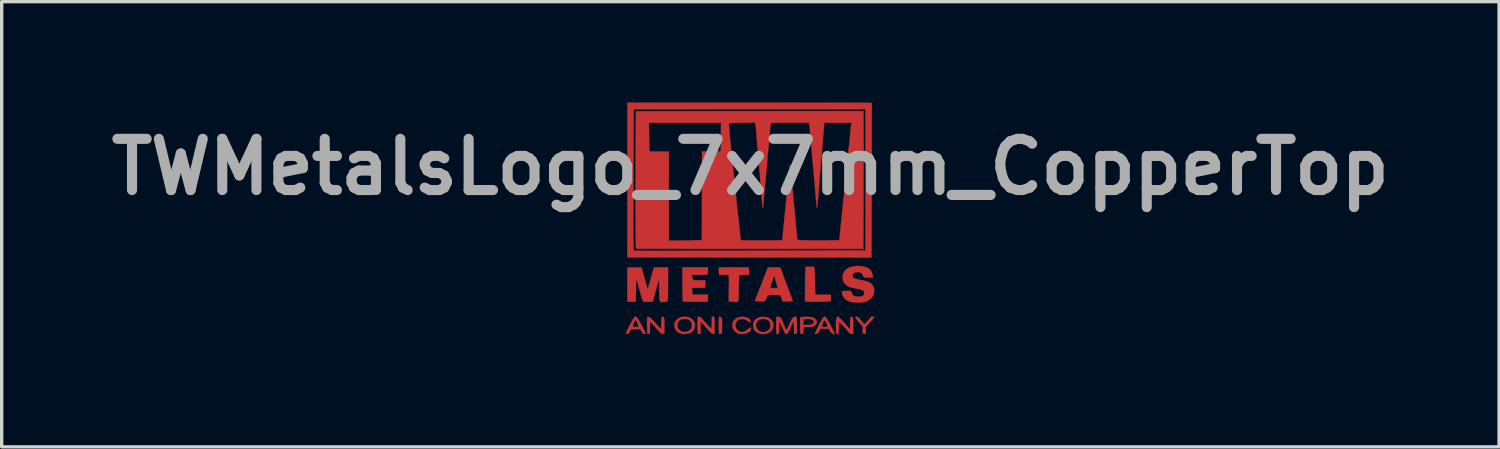
<source format=kicad_pcb>
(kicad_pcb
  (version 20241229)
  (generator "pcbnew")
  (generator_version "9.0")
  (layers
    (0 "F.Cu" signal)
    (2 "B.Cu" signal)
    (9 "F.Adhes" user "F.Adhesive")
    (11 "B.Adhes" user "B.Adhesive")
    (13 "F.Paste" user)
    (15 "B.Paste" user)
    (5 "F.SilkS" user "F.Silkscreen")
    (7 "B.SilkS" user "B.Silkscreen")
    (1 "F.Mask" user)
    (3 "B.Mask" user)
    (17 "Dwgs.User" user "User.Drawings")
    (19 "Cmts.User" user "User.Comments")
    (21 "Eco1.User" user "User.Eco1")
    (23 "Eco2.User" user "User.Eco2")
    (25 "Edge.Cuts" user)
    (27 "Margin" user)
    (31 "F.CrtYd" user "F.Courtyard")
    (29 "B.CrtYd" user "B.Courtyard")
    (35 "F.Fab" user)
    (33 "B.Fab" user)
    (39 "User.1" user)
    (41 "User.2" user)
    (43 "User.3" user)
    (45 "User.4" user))
  (footprint "TWMetalsLogo_7x7mm_CopperTop"
    (layer "F.Cu")
    (at 15.465 6.995)
    (property "Reference" "TWMetalsLogo_7x7mm_CopperTop" (at 3.81 -5.08 0) (layer "F.Fab") (effects (font (size 1.524 1.524) (thickness 0.3))))
    (attr through_hole)
    (fp_poly (pts (xy 2.91 -0.617) (xy 2.928 -0.611) (xy 2.942 -0.604) (xy 2.952 -0.594) (xy 2.959 -0.579) (xy 2.963 -0.554) (xy 2.966 -0.519) (xy 2.967 -0.47) (xy 2.967 -0.405) (xy 2.967 -0.365) (xy 2.966 -0.3) (xy 2.966 -0.24) (xy 2.965 -0.19) (xy 2.963 -0.153) (xy 2.961 -0.131) (xy 2.961 -0.128) (xy 2.945 -0.115) (xy 2.916 -0.112) (xy 2.878 -0.112) (xy 2.872 -0.256) (xy 2.87 -0.321) (xy 2.87 -0.392) (xy 2.87 -0.459) (xy 2.872 -0.514) (xy 2.878 -0.628) (xy 2.91 -0.617)) (stroke (width 0.01) (type solid)) (fill yes) (layer "F.Cu"))
    (fp_poly (pts (xy 3.321 -2.091) (xy 3.764 -2.088) (xy 3.767 -1.979) (xy 3.77 -1.87) (xy 3.62 -1.867) (xy 3.47 -1.864) (xy 3.464 -1.494) (xy 3.462 -1.406) (xy 3.46 -1.325) (xy 3.458 -1.252) (xy 3.456 -1.189) (xy 3.453 -1.14) (xy 3.45 -1.107) (xy 3.448 -1.092) (xy 3.441 -1.075) (xy 3.429 -1.065) (xy 3.41 -1.061) (xy 3.377 -1.061) (xy 3.343 -1.063) (xy 3.307 -1.066) (xy 3.262 -1.07) (xy 3.232 -1.073) (xy 3.168 -1.079) (xy 3.171 -1.464) (xy 3.172 -1.564) (xy 3.173 -1.646) (xy 3.173 -1.711) (xy 3.172 -1.762) (xy 3.171 -1.799) (xy 3.169 -1.826) (xy 3.167 -1.844) (xy 3.164 -1.854) (xy 3.16 -1.86) (xy 3.16 -1.86) (xy 3.144 -1.864) (xy 3.112 -1.866) (xy 3.069 -1.868) (xy 3.018 -1.868) (xy 3.012 -1.868) (xy 2.88 -1.866) (xy 2.874 -1.946) (xy 2.872 -1.99) (xy 2.871 -2.029) (xy 2.873 -2.058) (xy 2.873 -2.06) (xy 2.878 -2.093) (xy 3.321 -2.091)) (stroke (width 0.01) (type solid)) (fill yes) (layer "F.Cu"))
    (fp_poly (pts (xy 5.717 -2.022) (xy 5.72 -1.987) (xy 5.723 -1.937) (xy 5.726 -1.873) (xy 5.728 -1.802) (xy 5.73 -1.726) (xy 5.731 -1.671) (xy 5.731 -1.596) (xy 5.733 -1.524) (xy 5.734 -1.458) (xy 5.736 -1.403) (xy 5.738 -1.362) (xy 5.739 -1.342) (xy 5.745 -1.276) (xy 5.974 -1.276) (xy 6.203 -1.275) (xy 6.203 -1.092) (xy 6.167 -1.08) (xy 6.15 -1.077) (xy 6.115 -1.075) (xy 6.066 -1.073) (xy 6.005 -1.071) (xy 5.937 -1.07) (xy 5.863 -1.069) (xy 5.788 -1.068) (xy 5.713 -1.068) (xy 5.643 -1.068) (xy 5.579 -1.069) (xy 5.526 -1.07) (xy 5.486 -1.072) (xy 5.463 -1.074) (xy 5.435 -1.078) (xy 5.438 -1.585) (xy 5.438 -1.684) (xy 5.439 -1.778) (xy 5.441 -1.863) (xy 5.442 -1.939) (xy 5.444 -2.002) (xy 5.445 -2.051) (xy 5.447 -2.084) (xy 5.449 -2.099) (xy 5.449 -2.1) (xy 5.462 -2.103) (xy 5.491 -2.106) (xy 5.532 -2.108) (xy 5.58 -2.108) (xy 5.705 -2.108) (xy 5.717 -2.022)) (stroke (width 0.01) (type solid)) (fill yes) (layer "F.Cu"))
    (fp_poly (pts (xy 6.986 -0.619) (xy 7 -0.615) (xy 7.015 -0.606) (xy 7.033 -0.589) (xy 7.058 -0.562) (xy 7.093 -0.522) (xy 7.104 -0.509) (xy 7.138 -0.469) (xy 7.169 -0.436) (xy 7.192 -0.411) (xy 7.206 -0.399) (xy 7.209 -0.398) (xy 7.218 -0.405) (xy 7.238 -0.425) (xy 7.266 -0.456) (xy 7.298 -0.494) (xy 7.31 -0.508) (xy 7.402 -0.619) (xy 7.45 -0.62) (xy 7.478 -0.619) (xy 7.495 -0.617) (xy 7.498 -0.615) (xy 7.492 -0.606) (xy 7.476 -0.586) (xy 7.454 -0.559) (xy 7.428 -0.528) (xy 7.403 -0.499) (xy 7.382 -0.475) (xy 7.368 -0.459) (xy 7.366 -0.457) (xy 7.357 -0.448) (xy 7.339 -0.427) (xy 7.314 -0.398) (xy 7.302 -0.385) (xy 7.244 -0.318) (xy 7.244 -0.112) (xy 7.211 -0.113) (xy 7.184 -0.115) (xy 7.165 -0.118) (xy 7.165 -0.118) (xy 7.159 -0.129) (xy 7.155 -0.154) (xy 7.153 -0.197) (xy 7.153 -0.229) (xy 7.153 -0.334) (xy 7.075 -0.418) (xy 7.04 -0.458) (xy 7.006 -0.499) (xy 6.975 -0.539) (xy 6.95 -0.574) (xy 6.934 -0.601) (xy 6.929 -0.614) (xy 6.938 -0.618) (xy 6.961 -0.62) (xy 6.969 -0.62) (xy 6.986 -0.619)) (stroke (width 0.01) (type solid)) (fill yes) (layer "F.Cu"))
    (fp_poly (pts (xy 2.289 -0.618) (xy 2.307 -0.615) (xy 2.323 -0.61) (xy 2.339 -0.598) (xy 2.359 -0.578) (xy 2.387 -0.547) (xy 2.415 -0.513) (xy 2.464 -0.456) (xy 2.512 -0.403) (xy 2.555 -0.357) (xy 2.593 -0.319) (xy 2.622 -0.291) (xy 2.643 -0.276) (xy 2.648 -0.274) (xy 2.654 -0.278) (xy 2.657 -0.292) (xy 2.66 -0.317) (xy 2.661 -0.357) (xy 2.662 -0.414) (xy 2.662 -0.447) (xy 2.662 -0.62) (xy 2.686 -0.62) (xy 2.704 -0.62) (xy 2.717 -0.618) (xy 2.727 -0.612) (xy 2.734 -0.6) (xy 2.739 -0.58) (xy 2.741 -0.548) (xy 2.743 -0.503) (xy 2.743 -0.443) (xy 2.743 -0.365) (xy 2.743 -0.112) (xy 2.715 -0.112) (xy 2.69 -0.116) (xy 2.663 -0.128) (xy 2.633 -0.151) (xy 2.596 -0.186) (xy 2.552 -0.236) (xy 2.535 -0.256) (xy 2.484 -0.315) (xy 2.438 -0.366) (xy 2.398 -0.409) (xy 2.366 -0.442) (xy 2.344 -0.462) (xy 2.335 -0.467) (xy 2.332 -0.458) (xy 2.33 -0.431) (xy 2.328 -0.391) (xy 2.327 -0.339) (xy 2.327 -0.29) (xy 2.327 -0.112) (xy 2.248 -0.112) (xy 2.241 -0.243) (xy 2.239 -0.309) (xy 2.238 -0.382) (xy 2.239 -0.454) (xy 2.241 -0.498) (xy 2.248 -0.621) (xy 2.289 -0.618)) (stroke (width 0.01) (type solid)) (fill yes) (layer "F.Cu"))
    (fp_poly (pts (xy 0.767 -0.622) (xy 0.8 -0.608) (xy 0.842 -0.579) (xy 0.891 -0.534) (xy 0.939 -0.483) (xy 0.996 -0.42) (xy 1.047 -0.365) (xy 1.088 -0.321) (xy 1.12 -0.289) (xy 1.141 -0.269) (xy 1.15 -0.264) (xy 1.153 -0.274) (xy 1.156 -0.299) (xy 1.158 -0.336) (xy 1.158 -0.364) (xy 1.159 -0.419) (xy 1.161 -0.477) (xy 1.164 -0.529) (xy 1.165 -0.542) (xy 1.169 -0.581) (xy 1.173 -0.605) (xy 1.179 -0.616) (xy 1.189 -0.62) (xy 1.195 -0.62) (xy 1.211 -0.618) (xy 1.224 -0.612) (xy 1.234 -0.599) (xy 1.24 -0.577) (xy 1.245 -0.544) (xy 1.248 -0.498) (xy 1.249 -0.436) (xy 1.25 -0.356) (xy 1.25 -0.343) (xy 1.25 -0.112) (xy 1.212 -0.112) (xy 1.184 -0.114) (xy 1.162 -0.12) (xy 1.142 -0.132) (xy 1.119 -0.154) (xy 1.089 -0.189) (xy 1.081 -0.198) (xy 1.051 -0.234) (xy 1.012 -0.278) (xy 0.969 -0.327) (xy 0.927 -0.373) (xy 0.925 -0.375) (xy 0.828 -0.48) (xy 0.818 -0.117) (xy 0.781 -0.114) (xy 0.745 -0.111) (xy 0.738 -0.297) (xy 0.737 -0.362) (xy 0.736 -0.426) (xy 0.737 -0.484) (xy 0.738 -0.53) (xy 0.74 -0.554) (xy 0.744 -0.591) (xy 0.749 -0.612) (xy 0.755 -0.621) (xy 0.766 -0.622) (xy 0.767 -0.622)) (stroke (width 0.01) (type solid)) (fill yes) (layer "F.Cu"))
    (fp_poly (pts (xy 2.545 -1.989) (xy 2.541 -1.945) (xy 2.538 -1.908) (xy 2.535 -1.884) (xy 2.533 -1.877) (xy 2.522 -1.875) (xy 2.494 -1.873) (xy 2.451 -1.871) (xy 2.397 -1.87) (xy 2.334 -1.87) (xy 2.3 -1.869) (xy 2.072 -1.869) (xy 2.077 -1.807) (xy 2.08 -1.773) (xy 2.085 -1.747) (xy 2.095 -1.729) (xy 2.113 -1.717) (xy 2.141 -1.71) (xy 2.182 -1.706) (xy 2.239 -1.705) (xy 2.295 -1.705) (xy 2.469 -1.705) (xy 2.469 -1.641) (xy 2.468 -1.598) (xy 2.465 -1.554) (xy 2.462 -1.53) (xy 2.456 -1.483) (xy 2.07 -1.483) (xy 2.076 -1.415) (xy 2.08 -1.374) (xy 2.082 -1.336) (xy 2.083 -1.313) (xy 2.083 -1.28) (xy 2.553 -1.28) (xy 2.547 -1.212) (xy 2.543 -1.169) (xy 2.541 -1.129) (xy 2.54 -1.105) (xy 2.54 -1.067) (xy 2.175 -1.067) (xy 2.079 -1.067) (xy 2.002 -1.067) (xy 1.94 -1.068) (xy 1.893 -1.069) (xy 1.858 -1.07) (xy 1.834 -1.072) (xy 1.818 -1.074) (xy 1.809 -1.078) (xy 1.804 -1.082) (xy 1.802 -1.085) (xy 1.8 -1.098) (xy 1.799 -1.13) (xy 1.797 -1.178) (xy 1.795 -1.24) (xy 1.794 -1.314) (xy 1.792 -1.399) (xy 1.791 -1.491) (xy 1.79 -1.59) (xy 1.79 -1.598) (xy 1.787 -2.093) (xy 2.552 -2.093) (xy 2.545 -1.989)) (stroke (width 0.01) (type solid)) (fill yes) (layer "F.Cu"))
    (fp_poly (pts (xy 3.6 -0.618) (xy 3.675 -0.607) (xy 3.736 -0.584) (xy 3.781 -0.549) (xy 3.81 -0.503) (xy 3.816 -0.482) (xy 3.819 -0.463) (xy 3.812 -0.458) (xy 3.795 -0.461) (xy 3.772 -0.471) (xy 3.74 -0.488) (xy 3.706 -0.51) (xy 3.705 -0.511) (xy 3.671 -0.533) (xy 3.646 -0.545) (xy 3.62 -0.551) (xy 3.586 -0.553) (xy 3.565 -0.553) (xy 3.523 -0.552) (xy 3.493 -0.548) (xy 3.469 -0.54) (xy 3.445 -0.525) (xy 3.404 -0.486) (xy 3.377 -0.438) (xy 3.365 -0.384) (xy 3.368 -0.329) (xy 3.386 -0.276) (xy 3.418 -0.23) (xy 3.452 -0.203) (xy 3.51 -0.174) (xy 3.566 -0.165) (xy 3.622 -0.176) (xy 3.679 -0.206) (xy 3.708 -0.228) (xy 3.748 -0.258) (xy 3.783 -0.28) (xy 3.81 -0.292) (xy 3.826 -0.292) (xy 3.827 -0.292) (xy 3.83 -0.276) (xy 3.823 -0.25) (xy 3.81 -0.219) (xy 3.791 -0.192) (xy 3.789 -0.188) (xy 3.747 -0.155) (xy 3.692 -0.129) (xy 3.627 -0.112) (xy 3.559 -0.105) (xy 3.492 -0.11) (xy 3.49 -0.111) (xy 3.423 -0.133) (xy 3.365 -0.17) (xy 3.32 -0.22) (xy 3.289 -0.28) (xy 3.275 -0.346) (xy 3.276 -0.399) (xy 3.286 -0.449) (xy 3.305 -0.489) (xy 3.335 -0.525) (xy 3.357 -0.546) (xy 3.413 -0.585) (xy 3.477 -0.609) (xy 3.552 -0.618) (xy 3.6 -0.618)) (stroke (width 0.01) (type solid)) (fill yes) (layer "F.Cu"))
    (fp_poly (pts (xy 1.857 -0.618) (xy 1.874 -0.618) (xy 1.926 -0.614) (xy 1.964 -0.607) (xy 1.997 -0.597) (xy 2.017 -0.587) (xy 2.079 -0.545) (xy 2.125 -0.494) (xy 2.153 -0.434) (xy 2.161 -0.393) (xy 2.159 -0.321) (xy 2.139 -0.257) (xy 2.102 -0.202) (xy 2.047 -0.158) (xy 2.019 -0.143) (xy 1.951 -0.119) (xy 1.878 -0.107) (xy 1.808 -0.107) (xy 1.783 -0.111) (xy 1.704 -0.136) (xy 1.641 -0.173) (xy 1.594 -0.221) (xy 1.564 -0.28) (xy 1.551 -0.349) (xy 1.551 -0.366) (xy 1.641 -0.366) (xy 1.648 -0.303) (xy 1.67 -0.253) (xy 1.707 -0.214) (xy 1.762 -0.184) (xy 1.798 -0.171) (xy 1.842 -0.166) (xy 1.894 -0.171) (xy 1.946 -0.185) (xy 1.98 -0.201) (xy 2.023 -0.232) (xy 2.05 -0.266) (xy 2.065 -0.309) (xy 2.07 -0.342) (xy 2.067 -0.408) (xy 2.048 -0.464) (xy 2.012 -0.509) (xy 1.99 -0.525) (xy 1.968 -0.539) (xy 1.947 -0.547) (xy 1.921 -0.552) (xy 1.885 -0.553) (xy 1.855 -0.554) (xy 1.795 -0.551) (xy 1.75 -0.543) (xy 1.716 -0.527) (xy 1.688 -0.501) (xy 1.669 -0.475) (xy 1.653 -0.447) (xy 1.644 -0.42) (xy 1.641 -0.384) (xy 1.641 -0.366) (xy 1.551 -0.366) (xy 1.558 -0.435) (xy 1.582 -0.492) (xy 1.623 -0.54) (xy 1.681 -0.579) (xy 1.717 -0.595) (xy 1.752 -0.608) (xy 1.782 -0.616) (xy 1.814 -0.619) (xy 1.857 -0.618)) (stroke (width 0.01) (type solid)) (fill yes) (layer "F.Cu"))
    (fp_poly (pts (xy 6.037 -0.621) (xy 6.061 -0.594) (xy 6.091 -0.552) (xy 6.126 -0.495) (xy 6.166 -0.424) (xy 6.173 -0.412) (xy 6.214 -0.335) (xy 6.246 -0.272) (xy 6.27 -0.221) (xy 6.289 -0.179) (xy 6.304 -0.142) (xy 6.305 -0.138) (xy 6.32 -0.099) (xy 6.289 -0.105) (xy 6.253 -0.118) (xy 6.222 -0.142) (xy 6.193 -0.181) (xy 6.179 -0.205) (xy 6.146 -0.264) (xy 5.893 -0.264) (xy 5.862 -0.203) (xy 5.843 -0.17) (xy 5.823 -0.142) (xy 5.809 -0.128) (xy 5.784 -0.116) (xy 5.758 -0.108) (xy 5.738 -0.106) (xy 5.73 -0.11) (xy 5.733 -0.123) (xy 5.741 -0.145) (xy 5.756 -0.179) (xy 5.777 -0.225) (xy 5.807 -0.287) (xy 5.827 -0.328) (xy 5.934 -0.328) (xy 5.943 -0.322) (xy 5.966 -0.317) (xy 5.998 -0.315) (xy 6.033 -0.315) (xy 6.065 -0.317) (xy 6.089 -0.321) (xy 6.094 -0.324) (xy 6.101 -0.339) (xy 6.099 -0.367) (xy 6.089 -0.401) (xy 6.075 -0.437) (xy 6.057 -0.47) (xy 6.038 -0.496) (xy 6.022 -0.507) (xy 6.007 -0.51) (xy 5.996 -0.501) (xy 5.983 -0.478) (xy 5.981 -0.474) (xy 5.966 -0.438) (xy 5.952 -0.398) (xy 5.941 -0.362) (xy 5.934 -0.334) (xy 5.934 -0.328) (xy 5.827 -0.328) (xy 5.845 -0.365) (xy 5.85 -0.376) (xy 5.895 -0.463) (xy 5.934 -0.532) (xy 5.967 -0.583) (xy 5.995 -0.616) (xy 6.016 -0.629) (xy 6.02 -0.63) (xy 6.037 -0.621)) (stroke (width 0.01) (type solid)) (fill yes) (layer "F.Cu"))
    (fp_poly (pts (xy 0.397 -0.623) (xy 0.419 -0.608) (xy 0.434 -0.596) (xy 0.454 -0.573) (xy 0.478 -0.538) (xy 0.508 -0.489) (xy 0.543 -0.424) (xy 0.564 -0.384) (xy 0.593 -0.328) (xy 0.62 -0.275) (xy 0.644 -0.23) (xy 0.662 -0.197) (xy 0.672 -0.178) (xy 0.672 -0.178) (xy 0.689 -0.145) (xy 0.689 -0.124) (xy 0.674 -0.113) (xy 0.657 -0.112) (xy 0.625 -0.119) (xy 0.597 -0.141) (xy 0.572 -0.18) (xy 0.56 -0.206) (xy 0.539 -0.255) (xy 0.399 -0.252) (xy 0.259 -0.249) (xy 0.234 -0.202) (xy 0.208 -0.158) (xy 0.185 -0.13) (xy 0.162 -0.116) (xy 0.136 -0.112) (xy 0.113 -0.113) (xy 0.102 -0.115) (xy 0.102 -0.116) (xy 0.106 -0.125) (xy 0.118 -0.151) (xy 0.136 -0.189) (xy 0.159 -0.237) (xy 0.185 -0.292) (xy 0.192 -0.306) (xy 0.206 -0.334) (xy 0.31 -0.334) (xy 0.322 -0.322) (xy 0.347 -0.317) (xy 0.388 -0.315) (xy 0.405 -0.315) (xy 0.48 -0.315) (xy 0.473 -0.353) (xy 0.466 -0.382) (xy 0.455 -0.418) (xy 0.442 -0.456) (xy 0.427 -0.49) (xy 0.415 -0.515) (xy 0.406 -0.528) (xy 0.405 -0.528) (xy 0.393 -0.52) (xy 0.376 -0.497) (xy 0.357 -0.466) (xy 0.339 -0.431) (xy 0.324 -0.396) (xy 0.319 -0.383) (xy 0.311 -0.353) (xy 0.31 -0.334) (xy 0.206 -0.334) (xy 0.233 -0.388) (xy 0.271 -0.461) (xy 0.306 -0.523) (xy 0.337 -0.572) (xy 0.361 -0.607) (xy 0.379 -0.625) (xy 0.383 -0.627) (xy 0.397 -0.623)) (stroke (width 0.01) (type solid)) (fill yes) (layer "F.Cu"))
    (fp_poly (pts (xy 5.602 -0.612) (xy 5.665 -0.599) (xy 5.714 -0.578) (xy 5.75 -0.548) (xy 5.77 -0.52) (xy 5.784 -0.49) (xy 5.788 -0.468) (xy 5.784 -0.444) (xy 5.783 -0.438) (xy 5.762 -0.394) (xy 5.73 -0.361) (xy 5.685 -0.337) (xy 5.624 -0.322) (xy 5.546 -0.316) (xy 5.511 -0.315) (xy 5.397 -0.315) (xy 5.39 -0.226) (xy 5.387 -0.184) (xy 5.383 -0.15) (xy 5.38 -0.128) (xy 5.379 -0.124) (xy 5.367 -0.116) (xy 5.344 -0.112) (xy 5.319 -0.114) (xy 5.3 -0.121) (xy 5.297 -0.124) (xy 5.295 -0.137) (xy 5.293 -0.167) (xy 5.292 -0.21) (xy 5.291 -0.262) (xy 5.29 -0.321) (xy 5.29 -0.382) (xy 5.29 -0.427) (xy 5.382 -0.427) (xy 5.382 -0.397) (xy 5.383 -0.381) (xy 5.384 -0.38) (xy 5.395 -0.378) (xy 5.422 -0.377) (xy 5.461 -0.376) (xy 5.499 -0.376) (xy 5.56 -0.377) (xy 5.603 -0.381) (xy 5.632 -0.388) (xy 5.639 -0.391) (xy 5.675 -0.417) (xy 5.695 -0.448) (xy 5.697 -0.481) (xy 5.681 -0.512) (xy 5.675 -0.518) (xy 5.638 -0.539) (xy 5.584 -0.552) (xy 5.514 -0.555) (xy 5.469 -0.553) (xy 5.386 -0.546) (xy 5.383 -0.465) (xy 5.382 -0.427) (xy 5.29 -0.427) (xy 5.29 -0.442) (xy 5.291 -0.497) (xy 5.292 -0.545) (xy 5.293 -0.581) (xy 5.295 -0.602) (xy 5.296 -0.606) (xy 5.308 -0.608) (xy 5.336 -0.611) (xy 5.376 -0.614) (xy 5.424 -0.617) (xy 5.427 -0.617) (xy 5.524 -0.618) (xy 5.602 -0.612)) (stroke (width 0.01) (type solid)) (fill yes) (layer "F.Cu"))
    (fp_poly (pts (xy 4.242 -0.614) (xy 4.278 -0.612) (xy 4.305 -0.608) (xy 4.328 -0.6) (xy 4.353 -0.588) (xy 4.355 -0.587) (xy 4.417 -0.545) (xy 4.462 -0.492) (xy 4.489 -0.432) (xy 4.498 -0.365) (xy 4.491 -0.309) (xy 4.468 -0.248) (xy 4.427 -0.195) (xy 4.373 -0.153) (xy 4.307 -0.124) (xy 4.233 -0.108) (xy 4.224 -0.108) (xy 4.183 -0.106) (xy 4.142 -0.108) (xy 4.12 -0.111) (xy 4.049 -0.134) (xy 3.988 -0.168) (xy 3.941 -0.212) (xy 3.909 -0.262) (xy 3.902 -0.283) (xy 3.89 -0.358) (xy 3.891 -0.369) (xy 3.973 -0.369) (xy 3.977 -0.341) (xy 3.987 -0.305) (xy 3.997 -0.281) (xy 4.029 -0.231) (xy 4.075 -0.193) (xy 4.13 -0.17) (xy 4.191 -0.163) (xy 4.254 -0.172) (xy 4.293 -0.186) (xy 4.333 -0.211) (xy 4.368 -0.243) (xy 4.374 -0.25) (xy 4.39 -0.273) (xy 4.399 -0.294) (xy 4.403 -0.32) (xy 4.404 -0.359) (xy 4.404 -0.366) (xy 4.403 -0.407) (xy 4.4 -0.435) (xy 4.391 -0.456) (xy 4.377 -0.478) (xy 4.377 -0.478) (xy 4.334 -0.518) (xy 4.28 -0.545) (xy 4.219 -0.558) (xy 4.155 -0.557) (xy 4.094 -0.541) (xy 4.038 -0.51) (xy 4.031 -0.505) (xy 4.012 -0.482) (xy 3.994 -0.446) (xy 3.98 -0.407) (xy 3.973 -0.373) (xy 3.973 -0.369) (xy 3.891 -0.369) (xy 3.897 -0.427) (xy 3.923 -0.49) (xy 3.965 -0.543) (xy 4.024 -0.586) (xy 4.027 -0.587) (xy 4.052 -0.599) (xy 4.075 -0.607) (xy 4.101 -0.612) (xy 4.136 -0.614) (xy 4.186 -0.615) (xy 4.191 -0.615) (xy 4.242 -0.614)) (stroke (width 0.01) (type solid)) (fill yes) (layer "F.Cu"))
    (fp_poly (pts (xy 6.417 -0.623) (xy 6.443 -0.602) (xy 6.477 -0.572) (xy 6.517 -0.533) (xy 6.559 -0.488) (xy 6.602 -0.441) (xy 6.616 -0.425) (xy 6.653 -0.381) (xy 6.689 -0.341) (xy 6.719 -0.308) (xy 6.741 -0.285) (xy 6.745 -0.28) (xy 6.777 -0.25) (xy 6.777 -0.398) (xy 6.777 -0.469) (xy 6.779 -0.523) (xy 6.781 -0.561) (xy 6.786 -0.587) (xy 6.794 -0.603) (xy 6.804 -0.612) (xy 6.815 -0.616) (xy 6.831 -0.619) (xy 6.843 -0.617) (xy 6.852 -0.608) (xy 6.859 -0.589) (xy 6.863 -0.56) (xy 6.866 -0.518) (xy 6.868 -0.46) (xy 6.868 -0.385) (xy 6.868 -0.349) (xy 6.868 -0.112) (xy 6.823 -0.112) (xy 6.805 -0.112) (xy 6.79 -0.115) (xy 6.775 -0.123) (xy 6.757 -0.139) (xy 6.734 -0.165) (xy 6.701 -0.203) (xy 6.69 -0.216) (xy 6.65 -0.263) (xy 6.607 -0.311) (xy 6.566 -0.356) (xy 6.527 -0.397) (xy 6.493 -0.43) (xy 6.468 -0.455) (xy 6.452 -0.466) (xy 6.45 -0.467) (xy 6.447 -0.458) (xy 6.444 -0.432) (xy 6.443 -0.393) (xy 6.442 -0.345) (xy 6.442 -0.332) (xy 6.441 -0.253) (xy 6.436 -0.187) (xy 6.427 -0.137) (xy 6.415 -0.105) (xy 6.411 -0.099) (xy 6.401 -0.1) (xy 6.384 -0.113) (xy 6.382 -0.115) (xy 6.374 -0.125) (xy 6.368 -0.136) (xy 6.364 -0.151) (xy 6.361 -0.174) (xy 6.359 -0.208) (xy 6.358 -0.255) (xy 6.357 -0.319) (xy 6.357 -0.332) (xy 6.357 -0.401) (xy 6.357 -0.454) (xy 6.358 -0.493) (xy 6.361 -0.523) (xy 6.366 -0.547) (xy 6.372 -0.568) (xy 6.375 -0.577) (xy 6.387 -0.606) (xy 6.397 -0.625) (xy 6.402 -0.63) (xy 6.417 -0.623)) (stroke (width 0.01) (type solid)) (fill yes) (layer "F.Cu"))
    (fp_poly (pts (xy 4.617 -0.619) (xy 4.649 -0.615) (xy 4.683 -0.606) (xy 4.683 -0.606) (xy 4.695 -0.601) (xy 4.705 -0.595) (xy 4.714 -0.585) (xy 4.725 -0.569) (xy 4.738 -0.544) (xy 4.754 -0.508) (xy 4.775 -0.46) (xy 4.802 -0.395) (xy 4.812 -0.371) (xy 4.836 -0.315) (xy 4.853 -0.275) (xy 4.866 -0.25) (xy 4.874 -0.237) (xy 4.879 -0.234) (xy 4.89 -0.242) (xy 4.906 -0.265) (xy 4.926 -0.297) (xy 4.946 -0.335) (xy 4.964 -0.374) (xy 4.965 -0.376) (xy 4.996 -0.448) (xy 5.021 -0.504) (xy 5.042 -0.545) (xy 5.059 -0.574) (xy 5.075 -0.594) (xy 5.09 -0.606) (xy 5.107 -0.613) (xy 5.128 -0.616) (xy 5.134 -0.617) (xy 5.163 -0.619) (xy 5.178 -0.616) (xy 5.185 -0.605) (xy 5.186 -0.598) (xy 5.188 -0.581) (xy 5.189 -0.547) (xy 5.19 -0.5) (xy 5.19 -0.441) (xy 5.19 -0.376) (xy 5.19 -0.345) (xy 5.187 -0.117) (xy 5.11 -0.111) (xy 5.109 -0.266) (xy 5.109 -0.322) (xy 5.107 -0.373) (xy 5.105 -0.414) (xy 5.103 -0.44) (xy 5.101 -0.447) (xy 5.095 -0.472) (xy 5.072 -0.44) (xy 5.053 -0.407) (xy 5.036 -0.372) (xy 5.035 -0.369) (xy 5.011 -0.307) (xy 4.983 -0.248) (xy 4.954 -0.195) (xy 4.926 -0.151) (xy 4.901 -0.12) (xy 4.879 -0.103) (xy 4.872 -0.102) (xy 4.861 -0.106) (xy 4.848 -0.12) (xy 4.833 -0.146) (xy 4.812 -0.188) (xy 4.796 -0.224) (xy 4.759 -0.306) (xy 4.73 -0.37) (xy 4.708 -0.417) (xy 4.691 -0.447) (xy 4.679 -0.46) (xy 4.671 -0.457) (xy 4.667 -0.44) (xy 4.665 -0.407) (xy 4.664 -0.36) (xy 4.664 -0.303) (xy 4.664 -0.238) (xy 4.663 -0.191) (xy 4.662 -0.159) (xy 4.658 -0.137) (xy 4.651 -0.124) (xy 4.64 -0.117) (xy 4.624 -0.112) (xy 4.602 -0.106) (xy 4.601 -0.106) (xy 4.594 -0.106) (xy 4.589 -0.114) (xy 4.585 -0.133) (xy 4.582 -0.166) (xy 4.578 -0.216) (xy 4.578 -0.223) (xy 4.576 -0.284) (xy 4.575 -0.355) (xy 4.576 -0.427) (xy 4.578 -0.482) (xy 4.585 -0.62) (xy 4.617 -0.619)) (stroke (width 0.01) (type solid)) (fill yes) (layer "F.Cu"))
    (fp_poly (pts (xy 4.632 -2.091) (xy 4.668 -2.089) (xy 4.69 -2.086) (xy 4.7 -2.081) (xy 4.701 -2.08) (xy 4.708 -2.066) (xy 4.72 -2.037) (xy 4.735 -1.998) (xy 4.744 -1.971) (xy 4.757 -1.936) (xy 4.775 -1.885) (xy 4.798 -1.822) (xy 4.825 -1.749) (xy 4.855 -1.669) (xy 4.886 -1.586) (xy 4.917 -1.503) (xy 4.947 -1.422) (xy 4.975 -1.348) (xy 4.999 -1.282) (xy 5.02 -1.229) (xy 5.031 -1.199) (xy 5.046 -1.161) (xy 5.058 -1.129) (xy 5.066 -1.109) (xy 5.066 -1.106) (xy 5.066 -1.098) (xy 5.056 -1.092) (xy 5.033 -1.088) (xy 4.994 -1.084) (xy 4.987 -1.084) (xy 4.936 -1.08) (xy 4.882 -1.078) (xy 4.837 -1.077) (xy 4.835 -1.077) (xy 4.767 -1.077) (xy 4.738 -1.166) (xy 4.724 -1.206) (xy 4.712 -1.238) (xy 4.702 -1.258) (xy 4.699 -1.262) (xy 4.686 -1.265) (xy 4.656 -1.267) (xy 4.613 -1.268) (xy 4.559 -1.269) (xy 4.505 -1.27) (xy 4.32 -1.27) (xy 4.309 -1.227) (xy 4.292 -1.177) (xy 4.272 -1.134) (xy 4.249 -1.103) (xy 4.227 -1.086) (xy 4.226 -1.086) (xy 4.201 -1.082) (xy 4.162 -1.08) (xy 4.115 -1.08) (xy 4.065 -1.081) (xy 4.02 -1.083) (xy 3.993 -1.086) (xy 3.966 -1.092) (xy 3.951 -1.099) (xy 3.949 -1.102) (xy 3.953 -1.114) (xy 3.964 -1.142) (xy 3.98 -1.184) (xy 4.001 -1.237) (xy 4.025 -1.299) (xy 4.052 -1.366) (xy 4.052 -1.367) (xy 4.081 -1.439) (xy 4.094 -1.473) (xy 4.398 -1.473) (xy 4.615 -1.473) (xy 4.609 -1.519) (xy 4.602 -1.559) (xy 4.592 -1.601) (xy 4.588 -1.613) (xy 4.579 -1.645) (xy 4.565 -1.689) (xy 4.551 -1.737) (xy 4.546 -1.752) (xy 4.519 -1.843) (xy 4.504 -1.808) (xy 4.493 -1.78) (xy 4.479 -1.739) (xy 4.462 -1.69) (xy 4.445 -1.638) (xy 4.428 -1.587) (xy 4.415 -1.544) (xy 4.406 -1.513) (xy 4.405 -1.506) (xy 4.398 -1.473) (xy 4.094 -1.473) (xy 4.109 -1.511) (xy 4.135 -1.578) (xy 4.158 -1.636) (xy 4.175 -1.682) (xy 4.185 -1.707) (xy 4.211 -1.775) (xy 4.231 -1.829) (xy 4.25 -1.876) (xy 4.267 -1.921) (xy 4.287 -1.971) (xy 4.295 -1.991) (xy 4.333 -2.088) (xy 4.512 -2.091) (xy 4.581 -2.091) (xy 4.632 -2.091)) (stroke (width 0.01) (type solid)) (fill yes) (layer "F.Cu"))
    (fp_poly (pts (xy 1.361 -1.709) (xy 1.361 -1.616) (xy 1.361 -1.525) (xy 1.36 -1.437) (xy 1.359 -1.358) (xy 1.358 -1.289) (xy 1.356 -1.235) (xy 1.355 -1.201) (xy 1.352 -1.148) (xy 1.349 -1.112) (xy 1.342 -1.089) (xy 1.328 -1.076) (xy 1.303 -1.069) (xy 1.264 -1.065) (xy 1.218 -1.061) (xy 1.171 -1.059) (xy 1.142 -1.061) (xy 1.134 -1.065) (xy 1.123 -1.086) (xy 1.115 -1.111) (xy 1.108 -1.144) (xy 1.104 -1.185) (xy 1.1 -1.239) (xy 1.098 -1.307) (xy 1.098 -1.391) (xy 1.097 -1.445) (xy 1.097 -1.519) (xy 1.096 -1.584) (xy 1.095 -1.639) (xy 1.093 -1.682) (xy 1.091 -1.708) (xy 1.088 -1.717) (xy 1.082 -1.708) (xy 1.072 -1.684) (xy 1.061 -1.649) (xy 1.057 -1.633) (xy 1.044 -1.582) (xy 1.029 -1.528) (xy 1.016 -1.48) (xy 1.016 -1.478) (xy 1.005 -1.438) (xy 0.991 -1.386) (xy 0.975 -1.33) (xy 0.965 -1.29) (xy 0.95 -1.238) (xy 0.936 -1.187) (xy 0.924 -1.144) (xy 0.917 -1.12) (xy 0.901 -1.067) (xy 0.623 -1.067) (xy 0.602 -1.12) (xy 0.595 -1.137) (xy 0.588 -1.157) (xy 0.58 -1.182) (xy 0.57 -1.214) (xy 0.558 -1.254) (xy 0.543 -1.306) (xy 0.525 -1.371) (xy 0.503 -1.451) (xy 0.475 -1.549) (xy 0.474 -1.555) (xy 0.455 -1.622) (xy 0.44 -1.673) (xy 0.429 -1.707) (xy 0.421 -1.722) (xy 0.415 -1.72) (xy 0.411 -1.7) (xy 0.409 -1.661) (xy 0.408 -1.602) (xy 0.407 -1.524) (xy 0.407 -1.494) (xy 0.407 -1.417) (xy 0.406 -1.343) (xy 0.404 -1.275) (xy 0.403 -1.216) (xy 0.401 -1.171) (xy 0.4 -1.151) (xy 0.393 -1.067) (xy 0.152 -1.067) (xy 0.151 -1.298) (xy 0.15 -1.376) (xy 0.15 -1.469) (xy 0.15 -1.568) (xy 0.149 -1.669) (xy 0.149 -1.764) (xy 0.149 -1.808) (xy 0.149 -2.088) (xy 0.574 -2.088) (xy 0.586 -2.042) (xy 0.594 -2.012) (xy 0.606 -1.966) (xy 0.621 -1.91) (xy 0.638 -1.848) (xy 0.656 -1.784) (xy 0.672 -1.724) (xy 0.687 -1.671) (xy 0.693 -1.651) (xy 0.706 -1.603) (xy 0.72 -1.55) (xy 0.729 -1.514) (xy 0.739 -1.475) (xy 0.746 -1.453) (xy 0.75 -1.443) (xy 0.755 -1.442) (xy 0.757 -1.444) (xy 0.761 -1.455) (xy 0.77 -1.482) (xy 0.783 -1.526) (xy 0.8 -1.588) (xy 0.822 -1.668) (xy 0.849 -1.767) (xy 0.853 -1.783) (xy 0.869 -1.842) (xy 0.887 -1.904) (xy 0.904 -1.962) (xy 0.914 -1.996) (xy 0.942 -2.088) (xy 1.152 -2.091) (xy 1.361 -2.093) (xy 1.361 -1.709)) (stroke (width 0.01) (type solid)) (fill yes) (layer "F.Cu"))
    (fp_poly (pts (xy 7.024 -2.132) (xy 7.075 -2.128) (xy 7.094 -2.126) (xy 7.182 -2.113) (xy 7.253 -2.094) (xy 7.31 -2.068) (xy 7.356 -2.034) (xy 7.394 -1.99) (xy 7.396 -1.987) (xy 7.417 -1.949) (xy 7.437 -1.902) (xy 7.451 -1.856) (xy 7.457 -1.817) (xy 7.457 -1.812) (xy 7.457 -1.802) (xy 7.453 -1.796) (xy 7.442 -1.791) (xy 7.422 -1.789) (xy 7.388 -1.788) (xy 7.338 -1.788) (xy 7.326 -1.788) (xy 7.195 -1.788) (xy 7.164 -1.841) (xy 7.135 -1.889) (xy 7.109 -1.92) (xy 7.082 -1.939) (xy 7.05 -1.948) (xy 7.009 -1.951) (xy 7.007 -1.951) (xy 6.946 -1.944) (xy 6.898 -1.926) (xy 6.866 -1.897) (xy 6.851 -1.857) (xy 6.85 -1.829) (xy 6.855 -1.804) (xy 6.87 -1.786) (xy 6.893 -1.771) (xy 6.926 -1.757) (xy 6.977 -1.741) (xy 7.041 -1.725) (xy 7.116 -1.709) (xy 7.183 -1.696) (xy 7.251 -1.68) (xy 7.317 -1.657) (xy 7.373 -1.629) (xy 7.399 -1.611) (xy 7.423 -1.588) (xy 7.448 -1.554) (xy 7.463 -1.527) (xy 7.479 -1.493) (xy 7.488 -1.463) (xy 7.492 -1.429) (xy 7.492 -1.387) (xy 7.485 -1.313) (xy 7.464 -1.25) (xy 7.426 -1.194) (xy 7.393 -1.161) (xy 7.334 -1.115) (xy 7.27 -1.083) (xy 7.195 -1.061) (xy 7.144 -1.054) (xy 7.079 -1.049) (xy 7.007 -1.048) (xy 6.934 -1.05) (xy 6.866 -1.054) (xy 6.811 -1.061) (xy 6.731 -1.085) (xy 6.663 -1.122) (xy 6.607 -1.172) (xy 6.567 -1.233) (xy 6.549 -1.278) (xy 6.538 -1.323) (xy 6.533 -1.352) (xy 6.538 -1.37) (xy 6.553 -1.379) (xy 6.58 -1.384) (xy 6.595 -1.385) (xy 6.641 -1.389) (xy 6.693 -1.391) (xy 6.727 -1.392) (xy 6.797 -1.392) (xy 6.828 -1.326) (xy 6.847 -1.29) (xy 6.866 -1.261) (xy 6.882 -1.245) (xy 6.882 -1.245) (xy 6.909 -1.234) (xy 6.951 -1.226) (xy 7 -1.222) (xy 7.051 -1.221) (xy 7.086 -1.224) (xy 7.139 -1.236) (xy 7.174 -1.257) (xy 7.193 -1.288) (xy 7.198 -1.324) (xy 7.192 -1.368) (xy 7.179 -1.391) (xy 7.153 -1.409) (xy 7.107 -1.428) (xy 7.045 -1.445) (xy 6.967 -1.462) (xy 6.908 -1.472) (xy 6.819 -1.49) (xy 6.746 -1.514) (xy 6.687 -1.544) (xy 6.639 -1.583) (xy 6.6 -1.633) (xy 6.586 -1.654) (xy 6.573 -1.68) (xy 6.564 -1.703) (xy 6.56 -1.731) (xy 6.558 -1.77) (xy 6.558 -1.793) (xy 6.559 -1.84) (xy 6.562 -1.873) (xy 6.569 -1.899) (xy 6.581 -1.925) (xy 6.587 -1.937) (xy 6.627 -1.996) (xy 6.675 -2.042) (xy 6.734 -2.077) (xy 6.807 -2.103) (xy 6.885 -2.12) (xy 6.939 -2.129) (xy 6.982 -2.132) (xy 7.024 -2.132)) (stroke (width 0.01) (type solid)) (fill yes) (layer "F.Cu"))
    (fp_poly (pts (xy 3.752 -6.99) (xy 4.021 -6.99) (xy 4.286 -6.99) (xy 4.544 -6.99) (xy 4.797 -6.99) (xy 5.042 -6.99) (xy 5.279 -6.989) (xy 5.507 -6.989) (xy 5.726 -6.989) (xy 5.934 -6.989) (xy 6.132 -6.988) (xy 6.318 -6.988) (xy 6.492 -6.988) (xy 6.652 -6.987) (xy 6.799 -6.987) (xy 6.931 -6.987) (xy 7.048 -6.986) (xy 7.149 -6.986) (xy 7.233 -6.986) (xy 7.299 -6.985) (xy 7.348 -6.985) (xy 7.377 -6.984) (xy 7.386 -6.984) (xy 7.422 -6.978) (xy 7.419 -4.772) (xy 7.419 -4.56) (xy 7.419 -4.353) (xy 7.418 -4.152) (xy 7.418 -3.957) (xy 7.418 -3.77) (xy 7.417 -3.591) (xy 7.417 -3.422) (xy 7.416 -3.264) (xy 7.415 -3.117) (xy 7.415 -2.982) (xy 7.414 -2.861) (xy 7.414 -2.755) (xy 7.413 -2.663) (xy 7.413 -2.588) (xy 7.412 -2.531) (xy 7.411 -2.492) (xy 7.411 -2.472) (xy 7.411 -2.471) (xy 7.405 -2.377) (xy 7.373 -2.38) (xy 7.36 -2.38) (xy 7.328 -2.38) (xy 7.277 -2.381) (xy 7.208 -2.381) (xy 7.122 -2.381) (xy 7.019 -2.381) (xy 6.9 -2.382) (xy 6.765 -2.382) (xy 6.617 -2.382) (xy 6.454 -2.382) (xy 6.279 -2.383) (xy 6.091 -2.383) (xy 5.892 -2.383) (xy 5.682 -2.383) (xy 5.462 -2.384) (xy 5.233 -2.384) (xy 4.994 -2.384) (xy 4.749 -2.384) (xy 4.495 -2.384) (xy 4.236 -2.385) (xy 3.971 -2.385) (xy 3.747 -2.385) (xy 0.152 -2.388) (xy 0.152 -3.417) (xy 0.327 -3.417) (xy 0.327 -3.287) (xy 0.327 -3.171) (xy 0.328 -3.068) (xy 0.328 -2.978) (xy 0.329 -2.9) (xy 0.329 -2.832) (xy 0.33 -2.775) (xy 0.332 -2.727) (xy 0.333 -2.687) (xy 0.334 -2.655) (xy 0.336 -2.631) (xy 0.338 -2.612) (xy 0.34 -2.599) (xy 0.341 -2.592) (xy 0.344 -2.59) (xy 0.351 -2.589) (xy 0.364 -2.587) (xy 0.382 -2.586) (xy 0.408 -2.585) (xy 0.441 -2.584) (xy 0.482 -2.583) (xy 0.532 -2.583) (xy 0.591 -2.582) (xy 0.661 -2.582) (xy 0.742 -2.581) (xy 0.835 -2.581) (xy 0.94 -2.581) (xy 1.059 -2.581) (xy 1.191 -2.581) (xy 1.339 -2.581) (xy 1.501 -2.581) (xy 1.68 -2.581) (xy 1.876 -2.582) (xy 2.089 -2.582) (xy 2.32 -2.583) (xy 2.57 -2.583) (xy 2.801 -2.584) (xy 3.038 -2.585) (xy 3.277 -2.585) (xy 3.518 -2.586) (xy 3.758 -2.586) (xy 3.997 -2.587) (xy 4.233 -2.588) (xy 4.464 -2.588) (xy 4.69 -2.589) (xy 4.908 -2.589) (xy 5.118 -2.589) (xy 5.317 -2.59) (xy 5.505 -2.59) (xy 5.68 -2.59) (xy 5.841 -2.59) (xy 5.985 -2.591) (xy 6.113 -2.591) (xy 6.222 -2.591) (xy 6.245 -2.591) (xy 7.234 -2.591) (xy 7.234 -6.797) (xy 0.338 -6.797) (xy 0.331 -4.787) (xy 0.33 -4.536) (xy 0.329 -4.306) (xy 0.329 -4.094) (xy 0.328 -3.899) (xy 0.328 -3.723) (xy 0.327 -3.562) (xy 0.327 -3.417) (xy 0.152 -3.417) (xy 0.152 -6.99) (xy 3.752 -6.99)) (stroke (width 0.01) (type solid)) (fill yes) (layer "F.Cu"))
    (fp_poly (pts (xy 7.176 -6.655) (xy 7.176 -6.636) (xy 7.177 -6.598) (xy 7.177 -6.541) (xy 7.178 -6.468) (xy 7.178 -6.378) (xy 7.179 -6.273) (xy 7.179 -6.154) (xy 7.179 -6.022) (xy 7.179 -5.878) (xy 7.179 -5.723) (xy 7.179 -5.558) (xy 7.179 -5.384) (xy 7.178 -5.202) (xy 7.178 -5.013) (xy 7.177 -4.819) (xy 7.177 -4.62) (xy 7.177 -4.605) (xy 7.17 -2.642) (xy 3.796 -2.642) (xy 3.535 -2.642) (xy 3.28 -2.643) (xy 3.03 -2.643) (xy 2.787 -2.643) (xy 2.552 -2.643) (xy 2.325 -2.643) (xy 2.106 -2.643) (xy 1.898 -2.644) (xy 1.7 -2.644) (xy 1.513 -2.644) (xy 1.338 -2.645) (xy 1.175 -2.645) (xy 1.026 -2.645) (xy 0.892 -2.646) (xy 0.772 -2.646) (xy 0.668 -2.646) (xy 0.58 -2.647) (xy 0.51 -2.647) (xy 0.457 -2.647) (xy 0.424 -2.648) (xy 0.409 -2.648) (xy 0.409 -2.648) (xy 0.407 -2.659) (xy 0.406 -2.689) (xy 0.404 -2.737) (xy 0.403 -2.801) (xy 0.402 -2.881) (xy 0.4 -2.976) (xy 0.399 -3.084) (xy 0.398 -3.204) (xy 0.398 -3.335) (xy 0.397 -3.476) (xy 0.396 -3.625) (xy 0.396 -3.782) (xy 0.395 -3.945) (xy 0.395 -4.113) (xy 0.395 -4.284) (xy 0.395 -4.459) (xy 0.395 -4.635) (xy 0.395 -4.812) (xy 0.395 -4.987) (xy 0.395 -5.161) (xy 0.396 -5.332) (xy 0.396 -5.498) (xy 0.397 -5.659) (xy 0.397 -5.813) (xy 0.398 -5.959) (xy 0.399 -6.096) (xy 0.4 -6.223) (xy 0.401 -6.339) (xy 0.402 -6.391) (xy 0.79 -6.391) (xy 0.796 -5.997) (xy 0.797 -5.908) (xy 0.799 -5.825) (xy 0.801 -5.749) (xy 0.802 -5.683) (xy 0.804 -5.63) (xy 0.806 -5.592) (xy 0.808 -5.572) (xy 0.808 -5.57) (xy 0.815 -5.537) (xy 1.382 -5.537) (xy 1.382 -2.885) (xy 1.568 -2.885) (xy 1.629 -2.886) (xy 1.706 -2.886) (xy 1.793 -2.887) (xy 1.885 -2.889) (xy 1.978 -2.89) (xy 2.061 -2.892) (xy 2.367 -2.899) (xy 2.372 -5.542) (xy 2.931 -5.542) (xy 2.936 -6.374) (xy 3.17 -6.374) (xy 3.171 -6.356) (xy 3.173 -6.323) (xy 3.176 -6.276) (xy 3.18 -6.22) (xy 3.185 -6.158) (xy 3.19 -6.093) (xy 3.196 -6.027) (xy 3.201 -5.965) (xy 3.206 -5.91) (xy 3.21 -5.864) (xy 3.213 -5.831) (xy 3.215 -5.813) (xy 3.215 -5.812) (xy 3.217 -5.8) (xy 3.221 -5.771) (xy 3.226 -5.728) (xy 3.231 -5.674) (xy 3.237 -5.61) (xy 3.241 -5.572) (xy 3.247 -5.505) (xy 3.253 -5.444) (xy 3.258 -5.392) (xy 3.263 -5.353) (xy 3.266 -5.329) (xy 3.267 -5.324) (xy 3.269 -5.31) (xy 3.273 -5.278) (xy 3.277 -5.233) (xy 3.283 -5.177) (xy 3.289 -5.113) (xy 3.292 -5.085) (xy 3.298 -5.019) (xy 3.304 -4.958) (xy 3.309 -4.907) (xy 3.313 -4.868) (xy 3.316 -4.844) (xy 3.317 -4.84) (xy 3.319 -4.824) (xy 3.323 -4.791) (xy 3.328 -4.744) (xy 3.334 -4.687) (xy 3.34 -4.622) (xy 3.343 -4.591) (xy 3.349 -4.525) (xy 3.355 -4.465) (xy 3.36 -4.415) (xy 3.364 -4.377) (xy 3.367 -4.355) (xy 3.368 -4.351) (xy 3.37 -4.338) (xy 3.374 -4.307) (xy 3.378 -4.262) (xy 3.384 -4.206) (xy 3.39 -4.142) (xy 3.393 -4.102) (xy 3.399 -4.034) (xy 3.405 -3.971) (xy 3.411 -3.916) (xy 3.415 -3.874) (xy 3.418 -3.847) (xy 3.419 -3.84) (xy 3.422 -3.823) (xy 3.426 -3.789) (xy 3.432 -3.741) (xy 3.438 -3.683) (xy 3.446 -3.617) (xy 3.45 -3.576) (xy 3.459 -3.494) (xy 3.468 -3.405) (xy 3.478 -3.316) (xy 3.487 -3.233) (xy 3.494 -3.163) (xy 3.495 -3.155) (xy 3.504 -3.069) (xy 3.512 -3.002) (xy 3.519 -2.953) (xy 3.524 -2.92) (xy 3.529 -2.9) (xy 3.531 -2.896) (xy 3.541 -2.895) (xy 3.57 -2.894) (xy 3.614 -2.893) (xy 3.673 -2.893) (xy 3.743 -2.892) (xy 3.823 -2.892) (xy 3.91 -2.892) (xy 4.003 -2.892) (xy 4.098 -2.892) (xy 4.195 -2.892) (xy 4.291 -2.892) (xy 4.383 -2.892) (xy 4.47 -2.893) (xy 4.55 -2.893) (xy 4.619 -2.894) (xy 4.677 -2.894) (xy 4.721 -2.895) (xy 4.749 -2.896) (xy 4.758 -2.897) (xy 4.76 -2.908) (xy 4.764 -2.935) (xy 4.768 -2.977) (xy 4.773 -3.029) (xy 4.779 -3.089) (xy 4.785 -3.156) (xy 4.793 -3.237) (xy 4.801 -3.327) (xy 4.81 -3.418) (xy 4.819 -3.504) (xy 4.821 -3.531) (xy 4.83 -3.617) (xy 4.839 -3.713) (xy 4.848 -3.811) (xy 4.857 -3.905) (xy 4.865 -3.986) (xy 4.866 -4.003) (xy 4.873 -4.073) (xy 4.879 -4.14) (xy 4.886 -4.202) (xy 4.891 -4.252) (xy 4.896 -4.288) (xy 4.896 -4.293) (xy 4.901 -4.326) (xy 4.906 -4.374) (xy 4.912 -4.434) (xy 4.917 -4.5) (xy 4.923 -4.562) (xy 4.928 -4.627) (xy 4.934 -4.69) (xy 4.939 -4.745) (xy 4.944 -4.789) (xy 4.948 -4.816) (xy 4.952 -4.846) (xy 4.957 -4.891) (xy 4.962 -4.946) (xy 4.967 -5.006) (xy 4.97 -5.034) (xy 4.974 -5.082) (xy 4.978 -5.119) (xy 4.981 -5.143) (xy 4.985 -5.154) (xy 4.989 -5.152) (xy 4.994 -5.135) (xy 4.999 -5.102) (xy 5.005 -5.053) (xy 5.012 -4.987) (xy 5.02 -4.903) (xy 5.03 -4.801) (xy 5.04 -4.689) (xy 5.046 -4.612) (xy 5.055 -4.522) (xy 5.063 -4.424) (xy 5.072 -4.326) (xy 5.081 -4.232) (xy 5.085 -4.191) (xy 5.103 -3.998) (xy 5.121 -3.808) (xy 5.138 -3.625) (xy 5.154 -3.452) (xy 5.168 -3.292) (xy 5.181 -3.15) (xy 5.187 -3.083) (xy 5.193 -3.023) (xy 5.198 -2.973) (xy 5.202 -2.936) (xy 5.205 -2.914) (xy 5.206 -2.91) (xy 5.217 -2.907) (xy 5.246 -2.904) (xy 5.292 -2.901) (xy 5.351 -2.898) (xy 5.422 -2.896) (xy 5.503 -2.894) (xy 5.592 -2.892) (xy 5.687 -2.891) (xy 5.784 -2.891) (xy 5.884 -2.89) (xy 5.982 -2.891) (xy 6.078 -2.891) (xy 6.168 -2.893) (xy 6.182 -2.893) (xy 6.458 -2.899) (xy 6.47 -3.022) (xy 6.474 -3.068) (xy 6.481 -3.13) (xy 6.488 -3.203) (xy 6.496 -3.281) (xy 6.504 -3.36) (xy 6.507 -3.393) (xy 6.516 -3.481) (xy 6.526 -3.581) (xy 6.537 -3.686) (xy 6.547 -3.79) (xy 6.556 -3.883) (xy 6.558 -3.903) (xy 6.565 -3.974) (xy 6.571 -4.041) (xy 6.577 -4.098) (xy 6.582 -4.144) (xy 6.586 -4.175) (xy 6.588 -4.187) (xy 6.591 -4.205) (xy 6.594 -4.239) (xy 6.599 -4.286) (xy 6.604 -4.342) (xy 6.609 -4.394) (xy 6.615 -4.46) (xy 6.621 -4.524) (xy 6.627 -4.583) (xy 6.632 -4.63) (xy 6.635 -4.653) (xy 6.639 -4.688) (xy 6.645 -4.738) (xy 6.652 -4.799) (xy 6.659 -4.866) (xy 6.665 -4.933) (xy 6.681 -5.094) (xy 6.695 -5.236) (xy 6.707 -5.358) (xy 6.717 -5.46) (xy 6.726 -5.542) (xy 6.732 -5.605) (xy 6.737 -5.647) (xy 6.74 -5.669) (xy 6.743 -5.69) (xy 6.747 -5.727) (xy 6.753 -5.777) (xy 6.759 -5.837) (xy 6.765 -5.903) (xy 6.767 -5.923) (xy 6.774 -5.994) (xy 6.781 -6.063) (xy 6.787 -6.127) (xy 6.792 -6.18) (xy 6.797 -6.218) (xy 6.797 -6.223) (xy 6.802 -6.268) (xy 6.807 -6.312) (xy 6.81 -6.345) (xy 6.811 -6.347) (xy 6.815 -6.391) (xy 6.007 -6.391) (xy 6 -6.292) (xy 5.996 -6.242) (xy 5.991 -6.18) (xy 5.985 -6.114) (xy 5.979 -6.051) (xy 5.979 -6.05) (xy 5.974 -5.995) (xy 5.968 -5.926) (xy 5.961 -5.848) (xy 5.955 -5.767) (xy 5.949 -5.688) (xy 5.948 -5.679) (xy 5.944 -5.613) (xy 5.939 -5.552) (xy 5.935 -5.501) (xy 5.931 -5.463) (xy 5.929 -5.44) (xy 5.928 -5.436) (xy 5.926 -5.422) (xy 5.923 -5.391) (xy 5.919 -5.344) (xy 5.915 -5.286) (xy 5.909 -5.219) (xy 5.904 -5.145) (xy 5.903 -5.136) (xy 5.898 -5.061) (xy 5.892 -4.991) (xy 5.887 -4.93) (xy 5.883 -4.88) (xy 5.88 -4.845) (xy 5.878 -4.827) (xy 5.878 -4.826) (xy 5.876 -4.809) (xy 5.872 -4.776) (xy 5.868 -4.727) (xy 5.863 -4.667) (xy 5.858 -4.598) (xy 5.852 -4.523) (xy 5.852 -4.516) (xy 5.845 -4.431) (xy 5.839 -4.342) (xy 5.832 -4.255) (xy 5.825 -4.174) (xy 5.82 -4.105) (xy 5.816 -4.064) (xy 5.811 -4.007) (xy 5.807 -3.957) (xy 5.804 -3.917) (xy 5.802 -3.891) (xy 5.801 -3.884) (xy 5.795 -3.872) (xy 5.791 -3.871) (xy 5.785 -3.88) (xy 5.781 -3.902) (xy 5.781 -3.911) (xy 5.78 -3.942) (xy 5.776 -3.983) (xy 5.771 -4.025) (xy 5.767 -4.059) (xy 5.762 -4.108) (xy 5.757 -4.169) (xy 5.751 -4.235) (xy 5.746 -4.304) (xy 5.746 -4.308) (xy 5.74 -4.378) (xy 5.735 -4.447) (xy 5.729 -4.511) (xy 5.724 -4.564) (xy 5.72 -4.602) (xy 5.72 -4.602) (xy 5.717 -4.637) (xy 5.712 -4.688) (xy 5.706 -4.751) (xy 5.7 -4.823) (xy 5.694 -4.898) (xy 5.69 -4.948) (xy 5.684 -5.02) (xy 5.678 -5.086) (xy 5.673 -5.143) (xy 5.669 -5.189) (xy 5.666 -5.22) (xy 5.664 -5.232) (xy 5.662 -5.249) (xy 5.659 -5.283) (xy 5.655 -5.331) (xy 5.649 -5.391) (xy 5.644 -5.459) (xy 5.639 -5.522) (xy 5.633 -5.598) (xy 5.627 -5.672) (xy 5.621 -5.739) (xy 5.615 -5.797) (xy 5.611 -5.841) (xy 5.609 -5.862) (xy 5.604 -5.909) (xy 5.598 -5.966) (xy 5.594 -6.022) (xy 5.593 -6.035) (xy 5.587 -6.117) (xy 5.58 -6.194) (xy 5.572 -6.262) (xy 5.564 -6.317) (xy 5.557 -6.355) (xy 5.546 -6.396) (xy 4.988 -6.396) (xy 4.856 -6.396) (xy 4.739 -6.395) (xy 4.64 -6.394) (xy 4.559 -6.393) (xy 4.496 -6.391) (xy 4.451 -6.389) (xy 4.427 -6.387) (xy 4.421 -6.386) (xy 4.418 -6.38) (xy 4.415 -6.367) (xy 4.411 -6.346) (xy 4.407 -6.316) (xy 4.402 -6.275) (xy 4.397 -6.22) (xy 4.391 -6.151) (xy 4.383 -6.066) (xy 4.375 -5.963) (xy 4.369 -5.903) (xy 4.363 -5.833) (xy 4.358 -5.766) (xy 4.352 -5.708) (xy 4.348 -5.661) (xy 4.345 -5.628) (xy 4.343 -5.618) (xy 4.341 -5.595) (xy 4.336 -5.553) (xy 4.331 -5.494) (xy 4.324 -5.422) (xy 4.317 -5.338) (xy 4.309 -5.244) (xy 4.3 -5.142) (xy 4.29 -5.035) (xy 4.281 -4.924) (xy 4.272 -4.812) (xy 4.268 -4.765) (xy 4.261 -4.691) (xy 4.255 -4.619) (xy 4.249 -4.552) (xy 4.243 -4.495) (xy 4.239 -4.452) (xy 4.237 -4.44) (xy 4.233 -4.403) (xy 4.228 -4.35) (xy 4.223 -4.287) (xy 4.217 -4.217) (xy 4.211 -4.146) (xy 4.21 -4.135) (xy 4.205 -4.068) (xy 4.2 -4.006) (xy 4.195 -3.953) (xy 4.191 -3.911) (xy 4.187 -3.885) (xy 4.186 -3.881) (xy 4.179 -3.846) (xy 4.172 -3.881) (xy 4.17 -3.902) (xy 4.166 -3.939) (xy 4.162 -3.989) (xy 4.157 -4.049) (xy 4.152 -4.116) (xy 4.15 -4.14) (xy 4.145 -4.211) (xy 4.14 -4.28) (xy 4.134 -4.343) (xy 4.13 -4.396) (xy 4.126 -4.433) (xy 4.125 -4.44) (xy 4.121 -4.473) (xy 4.116 -4.523) (xy 4.111 -4.583) (xy 4.106 -4.651) (xy 4.101 -4.722) (xy 4.099 -4.74) (xy 4.095 -4.806) (xy 4.09 -4.867) (xy 4.086 -4.918) (xy 4.082 -4.958) (xy 4.08 -4.981) (xy 4.079 -4.985) (xy 4.077 -5.001) (xy 4.074 -5.034) (xy 4.07 -5.082) (xy 4.065 -5.141) (xy 4.06 -5.21) (xy 4.054 -5.284) (xy 4.054 -5.29) (xy 4.048 -5.369) (xy 4.042 -5.446) (xy 4.036 -5.518) (xy 4.031 -5.58) (xy 4.026 -5.629) (xy 4.023 -5.659) (xy 4.019 -5.695) (xy 4.015 -5.747) (xy 4.01 -5.81) (xy 4.005 -5.881) (xy 3.999 -5.954) (xy 3.998 -5.983) (xy 3.992 -6.065) (xy 3.985 -6.143) (xy 3.978 -6.216) (xy 3.971 -6.28) (xy 3.963 -6.333) (xy 3.957 -6.372) (xy 3.951 -6.394) (xy 3.948 -6.398) (xy 3.938 -6.399) (xy 3.909 -6.399) (xy 3.864 -6.399) (xy 3.806 -6.398) (xy 3.737 -6.397) (xy 3.658 -6.396) (xy 3.572 -6.395) (xy 3.557 -6.395) (xy 3.455 -6.393) (xy 3.371 -6.391) (xy 3.305 -6.389) (xy 3.254 -6.386) (xy 3.216 -6.384) (xy 3.191 -6.382) (xy 3.176 -6.379) (xy 3.17 -6.375) (xy 3.17 -6.374) (xy 2.936 -6.374) (xy 2.936 -6.391) (xy 0.79 -6.391) (xy 0.402 -6.391) (xy 0.402 -6.442) (xy 0.403 -6.531) (xy 0.405 -6.605) (xy 0.406 -6.664) (xy 0.408 -6.705) (xy 0.409 -6.728) (xy 0.41 -6.732) (xy 0.422 -6.732) (xy 0.452 -6.733) (xy 0.502 -6.733) (xy 0.569 -6.734) (xy 0.654 -6.734) (xy 0.756 -6.735) (xy 0.873 -6.735) (xy 1.005 -6.735) (xy 1.152 -6.736) (xy 1.312 -6.736) (xy 1.485 -6.737) (xy 1.671 -6.737) (xy 1.867 -6.737) (xy 2.074 -6.738) (xy 2.291 -6.738) (xy 2.517 -6.738) (xy 2.751 -6.738) (xy 2.992 -6.739) (xy 3.241 -6.739) (xy 3.495 -6.739) (xy 3.755 -6.739) (xy 3.796 -6.739) (xy 7.168 -6.741) (xy 7.176 -6.655)) (stroke (width 0.01) (type solid)) (fill yes) (layer "F.Cu")))
  (gr_rect
    (start -3 -3)
    (end 41.55 10.245)
    (stroke (width 0.1) (type default))
    (fill no)
    (layer "Edge.Cuts")))
</source>
